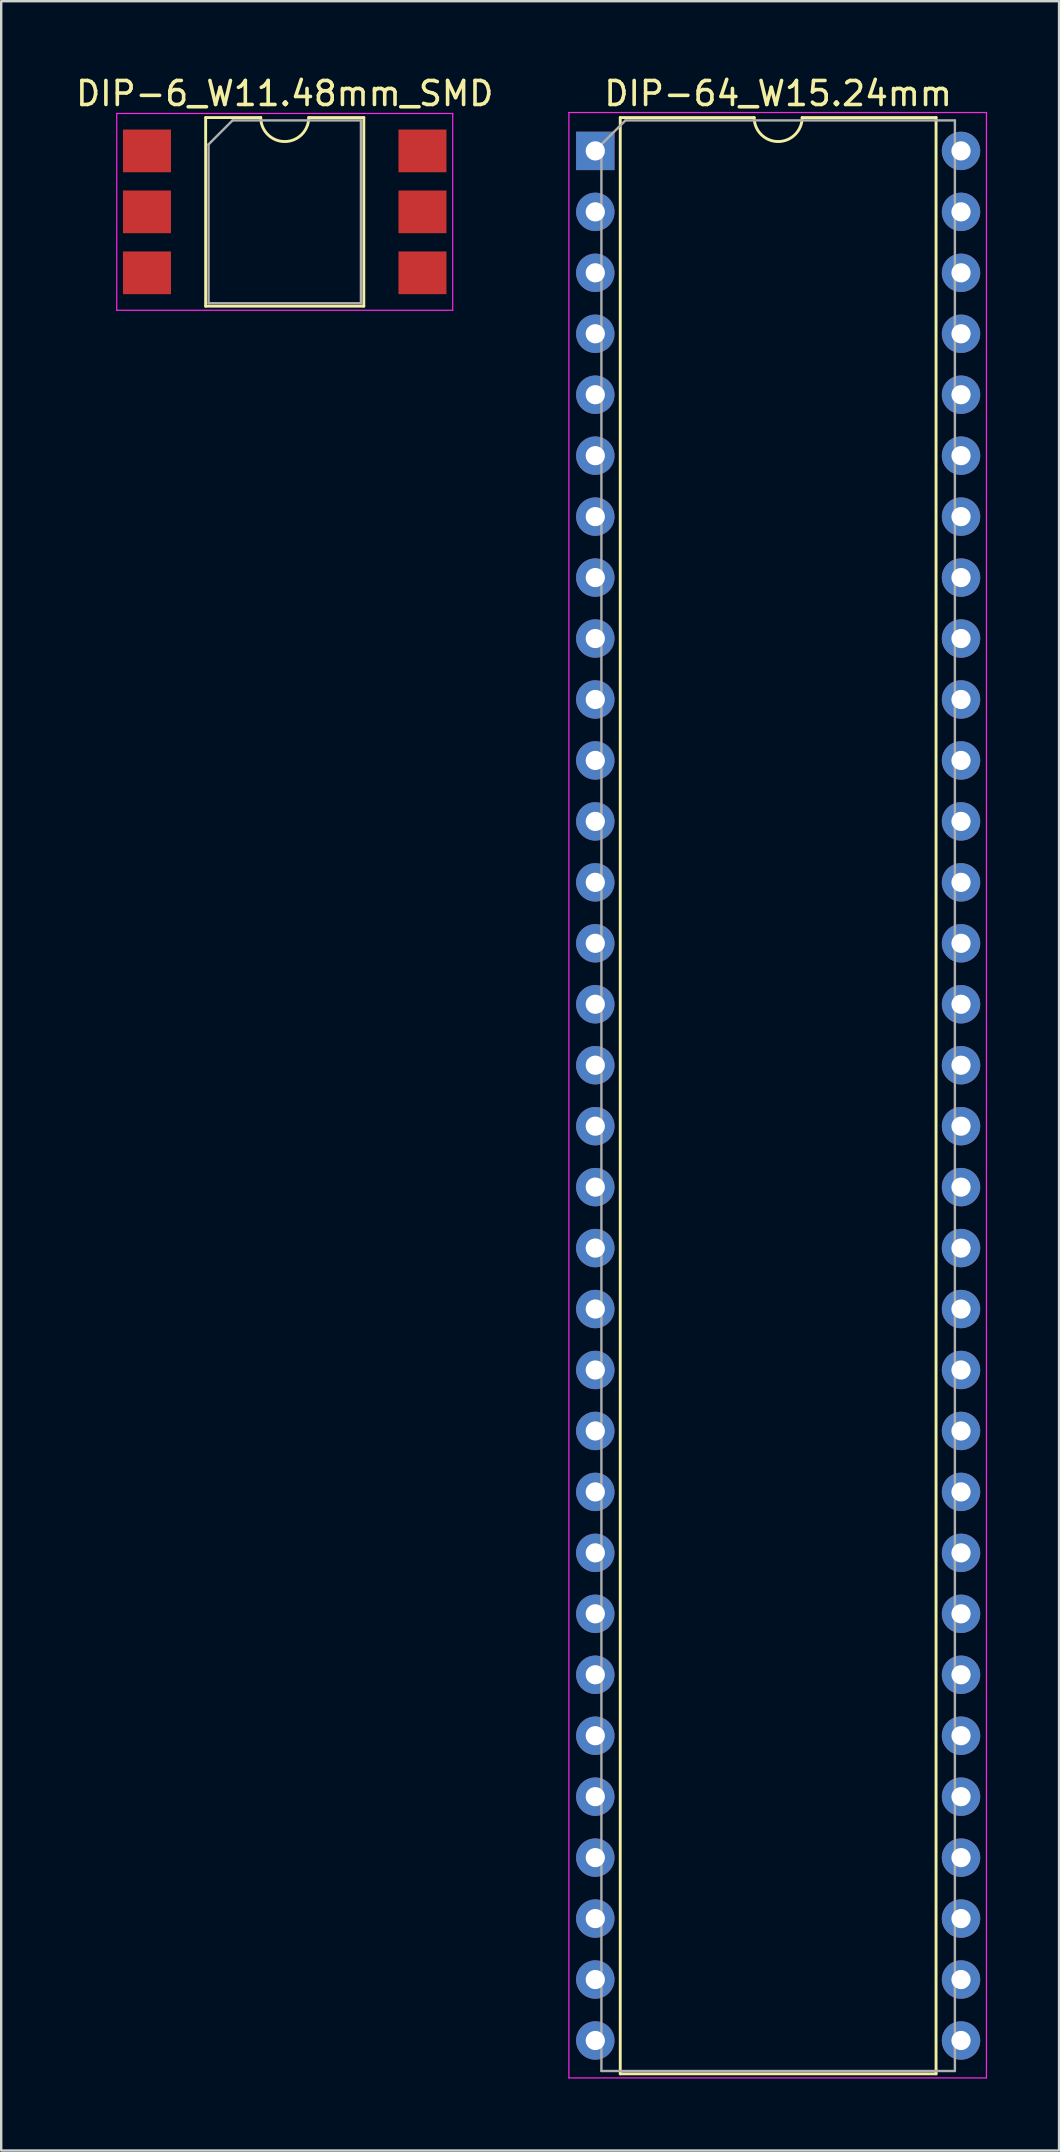
<source format=kicad_pcb>
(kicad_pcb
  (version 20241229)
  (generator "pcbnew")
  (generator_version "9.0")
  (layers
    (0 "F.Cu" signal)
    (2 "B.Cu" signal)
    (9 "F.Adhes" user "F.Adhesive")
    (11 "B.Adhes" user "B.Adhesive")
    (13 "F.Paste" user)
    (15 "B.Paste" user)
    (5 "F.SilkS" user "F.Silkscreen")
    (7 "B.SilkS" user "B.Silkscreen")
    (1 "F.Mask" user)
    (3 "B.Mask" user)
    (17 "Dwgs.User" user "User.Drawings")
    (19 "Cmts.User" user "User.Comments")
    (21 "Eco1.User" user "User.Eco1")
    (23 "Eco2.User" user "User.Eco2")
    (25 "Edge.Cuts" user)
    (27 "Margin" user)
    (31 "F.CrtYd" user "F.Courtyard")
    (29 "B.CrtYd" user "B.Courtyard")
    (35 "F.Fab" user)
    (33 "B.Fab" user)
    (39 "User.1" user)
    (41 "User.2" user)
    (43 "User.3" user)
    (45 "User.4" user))
  (footprint "DIP-64_W15.24mm"
    (layer "F.Cu")
    (at 21.756 3.238)
    (property "Reference" "DIP-64_W15.24mm" (at 7.62 -2.39 0) (layer "F.SilkS") (effects (font (size 1 1) (thickness 0.15))))
    (attr through_hole)
    (fp_line (start 1.04 -1.39) (end 1.04 80.13) (stroke (width 0.12) (type solid)) (layer "F.SilkS"))
    (fp_line (start 1.04 80.13) (end 14.2 80.13) (stroke (width 0.12) (type solid)) (layer "F.SilkS"))
    (fp_line (start 6.62 -1.39) (end 1.04 -1.39) (stroke (width 0.12) (type solid)) (layer "F.SilkS"))
    (fp_line (start 14.2 -1.39) (end 8.62 -1.39) (stroke (width 0.12) (type solid)) (layer "F.SilkS"))
    (fp_line (start 14.2 80.13) (end 14.2 -1.39) (stroke (width 0.12) (type solid)) (layer "F.SilkS"))
    (fp_arc (start 8.62 -1.39) (mid 7.62 -0.39) (end 6.62 -1.39) (stroke (width 0.12) (type solid)) (layer "F.SilkS"))
    (fp_line (start -1.1 -1.6) (end -1.1 80.3) (stroke (width 0.05) (type solid)) (layer "F.CrtYd"))
    (fp_line (start -1.1 80.3) (end 16.3 80.3) (stroke (width 0.05) (type solid)) (layer "F.CrtYd"))
    (fp_line (start 16.3 -1.6) (end -1.1 -1.6) (stroke (width 0.05) (type solid)) (layer "F.CrtYd"))
    (fp_line (start 16.3 80.3) (end 16.3 -1.6) (stroke (width 0.05) (type solid)) (layer "F.CrtYd"))
    (fp_line (start 0.255 -0.27) (end 1.255 -1.27) (stroke (width 0.1) (type solid)) (layer "F.Fab"))
    (fp_line (start 0.255 80.01) (end 0.255 -0.27) (stroke (width 0.1) (type solid)) (layer "F.Fab"))
    (fp_line (start 1.255 -1.27) (end 14.985 -1.27) (stroke (width 0.1) (type solid)) (layer "F.Fab"))
    (fp_line (start 14.985 -1.27) (end 14.985 80.01) (stroke (width 0.1) (type solid)) (layer "F.Fab"))
    (fp_line (start 14.985 80.01) (end 0.255 80.01) (stroke (width 0.1) (type solid)) (layer "F.Fab"))
    (pad "1" thru_hole rect (at 0 0) (size 1.6 1.6) (drill 0.8) (layers "*.Cu" "*.Mask"))
    (pad "2" thru_hole oval (at 0 2.54) (size 1.6 1.6) (drill 0.8) (layers "*.Cu" "*.Mask"))
    (pad "3" thru_hole oval (at 0 5.08) (size 1.6 1.6) (drill 0.8) (layers "*.Cu" "*.Mask"))
    (pad "4" thru_hole oval (at 0 7.62) (size 1.6 1.6) (drill 0.8) (layers "*.Cu" "*.Mask"))
    (pad "5" thru_hole oval (at 0 10.16) (size 1.6 1.6) (drill 0.8) (layers "*.Cu" "*.Mask"))
    (pad "6" thru_hole oval (at 0 12.7) (size 1.6 1.6) (drill 0.8) (layers "*.Cu" "*.Mask"))
    (pad "7" thru_hole oval (at 0 15.24) (size 1.6 1.6) (drill 0.8) (layers "*.Cu" "*.Mask"))
    (pad "8" thru_hole oval (at 0 17.78) (size 1.6 1.6) (drill 0.8) (layers "*.Cu" "*.Mask"))
    (pad "9" thru_hole oval (at 0 20.32) (size 1.6 1.6) (drill 0.8) (layers "*.Cu" "*.Mask"))
    (pad "10" thru_hole oval (at 0 22.86) (size 1.6 1.6) (drill 0.8) (layers "*.Cu" "*.Mask"))
    (pad "11" thru_hole oval (at 0 25.4) (size 1.6 1.6) (drill 0.8) (layers "*.Cu" "*.Mask"))
    (pad "12" thru_hole oval (at 0 27.94) (size 1.6 1.6) (drill 0.8) (layers "*.Cu" "*.Mask"))
    (pad "13" thru_hole oval (at 0 30.48) (size 1.6 1.6) (drill 0.8) (layers "*.Cu" "*.Mask"))
    (pad "14" thru_hole oval (at 0 33.02) (size 1.6 1.6) (drill 0.8) (layers "*.Cu" "*.Mask"))
    (pad "15" thru_hole oval (at 0 35.56) (size 1.6 1.6) (drill 0.8) (layers "*.Cu" "*.Mask"))
    (pad "16" thru_hole oval (at 0 38.1) (size 1.6 1.6) (drill 0.8) (layers "*.Cu" "*.Mask"))
    (pad "17" thru_hole oval (at 0 40.64) (size 1.6 1.6) (drill 0.8) (layers "*.Cu" "*.Mask"))
    (pad "18" thru_hole oval (at 0 43.18) (size 1.6 1.6) (drill 0.8) (layers "*.Cu" "*.Mask"))
    (pad "19" thru_hole oval (at 0 45.72) (size 1.6 1.6) (drill 0.8) (layers "*.Cu" "*.Mask"))
    (pad "20" thru_hole oval (at 0 48.26) (size 1.6 1.6) (drill 0.8) (layers "*.Cu" "*.Mask"))
    (pad "21" thru_hole oval (at 0 50.8) (size 1.6 1.6) (drill 0.8) (layers "*.Cu" "*.Mask"))
    (pad "22" thru_hole oval (at 0 53.34) (size 1.6 1.6) (drill 0.8) (layers "*.Cu" "*.Mask"))
    (pad "23" thru_hole oval (at 0 55.88) (size 1.6 1.6) (drill 0.8) (layers "*.Cu" "*.Mask"))
    (pad "24" thru_hole oval (at 0 58.42) (size 1.6 1.6) (drill 0.8) (layers "*.Cu" "*.Mask"))
    (pad "25" thru_hole oval (at 0 60.96) (size 1.6 1.6) (drill 0.8) (layers "*.Cu" "*.Mask"))
    (pad "26" thru_hole oval (at 0 63.5) (size 1.6 1.6) (drill 0.8) (layers "*.Cu" "*.Mask"))
    (pad "27" thru_hole oval (at 0 66.04) (size 1.6 1.6) (drill 0.8) (layers "*.Cu" "*.Mask"))
    (pad "28" thru_hole oval (at 0 68.58) (size 1.6 1.6) (drill 0.8) (layers "*.Cu" "*.Mask"))
    (pad "29" thru_hole oval (at 0 71.12) (size 1.6 1.6) (drill 0.8) (layers "*.Cu" "*.Mask"))
    (pad "30" thru_hole oval (at 0 73.66) (size 1.6 1.6) (drill 0.8) (layers "*.Cu" "*.Mask"))
    (pad "31" thru_hole oval (at 0 76.2) (size 1.6 1.6) (drill 0.8) (layers "*.Cu" "*.Mask"))
    (pad "32" thru_hole oval (at 0 78.74) (size 1.6 1.6) (drill 0.8) (layers "*.Cu" "*.Mask"))
    (pad "33" thru_hole oval (at 15.24 78.74) (size 1.6 1.6) (drill 0.8) (layers "*.Cu" "*.Mask"))
    (pad "34" thru_hole oval (at 15.24 76.2) (size 1.6 1.6) (drill 0.8) (layers "*.Cu" "*.Mask"))
    (pad "35" thru_hole oval (at 15.24 73.66) (size 1.6 1.6) (drill 0.8) (layers "*.Cu" "*.Mask"))
    (pad "36" thru_hole oval (at 15.24 71.12) (size 1.6 1.6) (drill 0.8) (layers "*.Cu" "*.Mask"))
    (pad "37" thru_hole oval (at 15.24 68.58) (size 1.6 1.6) (drill 0.8) (layers "*.Cu" "*.Mask"))
    (pad "38" thru_hole oval (at 15.24 66.04) (size 1.6 1.6) (drill 0.8) (layers "*.Cu" "*.Mask"))
    (pad "39" thru_hole oval (at 15.24 63.5) (size 1.6 1.6) (drill 0.8) (layers "*.Cu" "*.Mask"))
    (pad "40" thru_hole oval (at 15.24 60.96) (size 1.6 1.6) (drill 0.8) (layers "*.Cu" "*.Mask"))
    (pad "41" thru_hole oval (at 15.24 58.42) (size 1.6 1.6) (drill 0.8) (layers "*.Cu" "*.Mask"))
    (pad "42" thru_hole oval (at 15.24 55.88) (size 1.6 1.6) (drill 0.8) (layers "*.Cu" "*.Mask"))
    (pad "43" thru_hole oval (at 15.24 53.34) (size 1.6 1.6) (drill 0.8) (layers "*.Cu" "*.Mask"))
    (pad "44" thru_hole oval (at 15.24 50.8) (size 1.6 1.6) (drill 0.8) (layers "*.Cu" "*.Mask"))
    (pad "45" thru_hole oval (at 15.24 48.26) (size 1.6 1.6) (drill 0.8) (layers "*.Cu" "*.Mask"))
    (pad "46" thru_hole oval (at 15.24 45.72) (size 1.6 1.6) (drill 0.8) (layers "*.Cu" "*.Mask"))
    (pad "47" thru_hole oval (at 15.24 43.18) (size 1.6 1.6) (drill 0.8) (layers "*.Cu" "*.Mask"))
    (pad "48" thru_hole oval (at 15.24 40.64) (size 1.6 1.6) (drill 0.8) (layers "*.Cu" "*.Mask"))
    (pad "49" thru_hole oval (at 15.24 38.1) (size 1.6 1.6) (drill 0.8) (layers "*.Cu" "*.Mask"))
    (pad "50" thru_hole oval (at 15.24 35.56) (size 1.6 1.6) (drill 0.8) (layers "*.Cu" "*.Mask"))
    (pad "51" thru_hole oval (at 15.24 33.02) (size 1.6 1.6) (drill 0.8) (layers "*.Cu" "*.Mask"))
    (pad "52" thru_hole oval (at 15.24 30.48) (size 1.6 1.6) (drill 0.8) (layers "*.Cu" "*.Mask"))
    (pad "53" thru_hole oval (at 15.24 27.94) (size 1.6 1.6) (drill 0.8) (layers "*.Cu" "*.Mask"))
    (pad "54" thru_hole oval (at 15.24 25.4) (size 1.6 1.6) (drill 0.8) (layers "*.Cu" "*.Mask"))
    (pad "55" thru_hole oval (at 15.24 22.86) (size 1.6 1.6) (drill 0.8) (layers "*.Cu" "*.Mask"))
    (pad "56" thru_hole oval (at 15.24 20.32) (size 1.6 1.6) (drill 0.8) (layers "*.Cu" "*.Mask"))
    (pad "57" thru_hole oval (at 15.24 17.78) (size 1.6 1.6) (drill 0.8) (layers "*.Cu" "*.Mask"))
    (pad "58" thru_hole oval (at 15.24 15.24) (size 1.6 1.6) (drill 0.8) (layers "*.Cu" "*.Mask"))
    (pad "59" thru_hole oval (at 15.24 12.7) (size 1.6 1.6) (drill 0.8) (layers "*.Cu" "*.Mask"))
    (pad "60" thru_hole oval (at 15.24 10.16) (size 1.6 1.6) (drill 0.8) (layers "*.Cu" "*.Mask"))
    (pad "61" thru_hole oval (at 15.24 7.62) (size 1.6 1.6) (drill 0.8) (layers "*.Cu" "*.Mask"))
    (pad "62" thru_hole oval (at 15.24 5.08) (size 1.6 1.6) (drill 0.8) (layers "*.Cu" "*.Mask"))
    (pad "63" thru_hole oval (at 15.24 2.54) (size 1.6 1.6) (drill 0.8) (layers "*.Cu" "*.Mask"))
    (pad "64" thru_hole oval (at 15.24 0) (size 1.6 1.6) (drill 0.8) (layers "*.Cu" "*.Mask")))
  (footprint "DIP-6_W11.48mm_SMD"
    (layer "F.Cu")
    (at 8.815 5.778)
    (property "Reference" "DIP-6_W11.48mm_SMD" (at 0 -4.93 0) (layer "F.SilkS") (effects (font (size 1 1) (thickness 0.15))))
    (attr smd)
    (fp_line (start -3.295 -3.93) (end -3.295 3.93) (stroke (width 0.12) (type solid)) (layer "F.SilkS"))
    (fp_line (start -3.295 3.93) (end 3.295 3.93) (stroke (width 0.12) (type solid)) (layer "F.SilkS"))
    (fp_line (start -1 -3.93) (end -3.295 -3.93) (stroke (width 0.12) (type solid)) (layer "F.SilkS"))
    (fp_line (start 3.295 -3.93) (end 1 -3.93) (stroke (width 0.12) (type solid)) (layer "F.SilkS"))
    (fp_line (start 3.295 3.93) (end 3.295 -3.93) (stroke (width 0.12) (type solid)) (layer "F.SilkS"))
    (fp_arc (start 1 -3.93) (mid 0 -2.93) (end -1 -3.93) (stroke (width 0.12) (type solid)) (layer "F.SilkS"))
    (fp_line (start -7 -4.1) (end -7 4.1) (stroke (width 0.05) (type solid)) (layer "F.CrtYd"))
    (fp_line (start -7 4.1) (end 7 4.1) (stroke (width 0.05) (type solid)) (layer "F.CrtYd"))
    (fp_line (start 7 -4.1) (end -7 -4.1) (stroke (width 0.05) (type solid)) (layer "F.CrtYd"))
    (fp_line (start 7 4.1) (end 7 -4.1) (stroke (width 0.05) (type solid)) (layer "F.CrtYd"))
    (fp_line (start -3.175 -2.81) (end -2.175 -3.81) (stroke (width 0.1) (type solid)) (layer "F.Fab"))
    (fp_line (start -3.175 3.81) (end -3.175 -2.81) (stroke (width 0.1) (type solid)) (layer "F.Fab"))
    (fp_line (start -2.175 -3.81) (end 3.175 -3.81) (stroke (width 0.1) (type solid)) (layer "F.Fab"))
    (fp_line (start 3.175 -3.81) (end 3.175 3.81) (stroke (width 0.1) (type solid)) (layer "F.Fab"))
    (fp_line (start 3.175 3.81) (end -3.175 3.81) (stroke (width 0.1) (type solid)) (layer "F.Fab"))
    (pad "1" smd rect (at -5.74 -2.54) (size 2 1.78) (layers "F.Cu" "F.Mask"))
    (pad "2" smd rect (at -5.74 0) (size 2 1.78) (layers "F.Cu" "F.Mask"))
    (pad "3" smd rect (at -5.74 2.54) (size 2 1.78) (layers "F.Cu" "F.Mask"))
    (pad "4" smd rect (at 5.74 2.54) (size 2 1.78) (layers "F.Cu" "F.Mask"))
    (pad "5" smd rect (at 5.74 0) (size 2 1.78) (layers "F.Cu" "F.Mask"))
    (pad "6" smd rect (at 5.74 -2.54) (size 2 1.78) (layers "F.Cu" "F.Mask")))
  (gr_rect
    (start -3 -3)
    (end 41.081 86.563)
    (stroke (width 0.1) (type default))
    (fill no)
    (layer "Edge.Cuts")))
</source>
